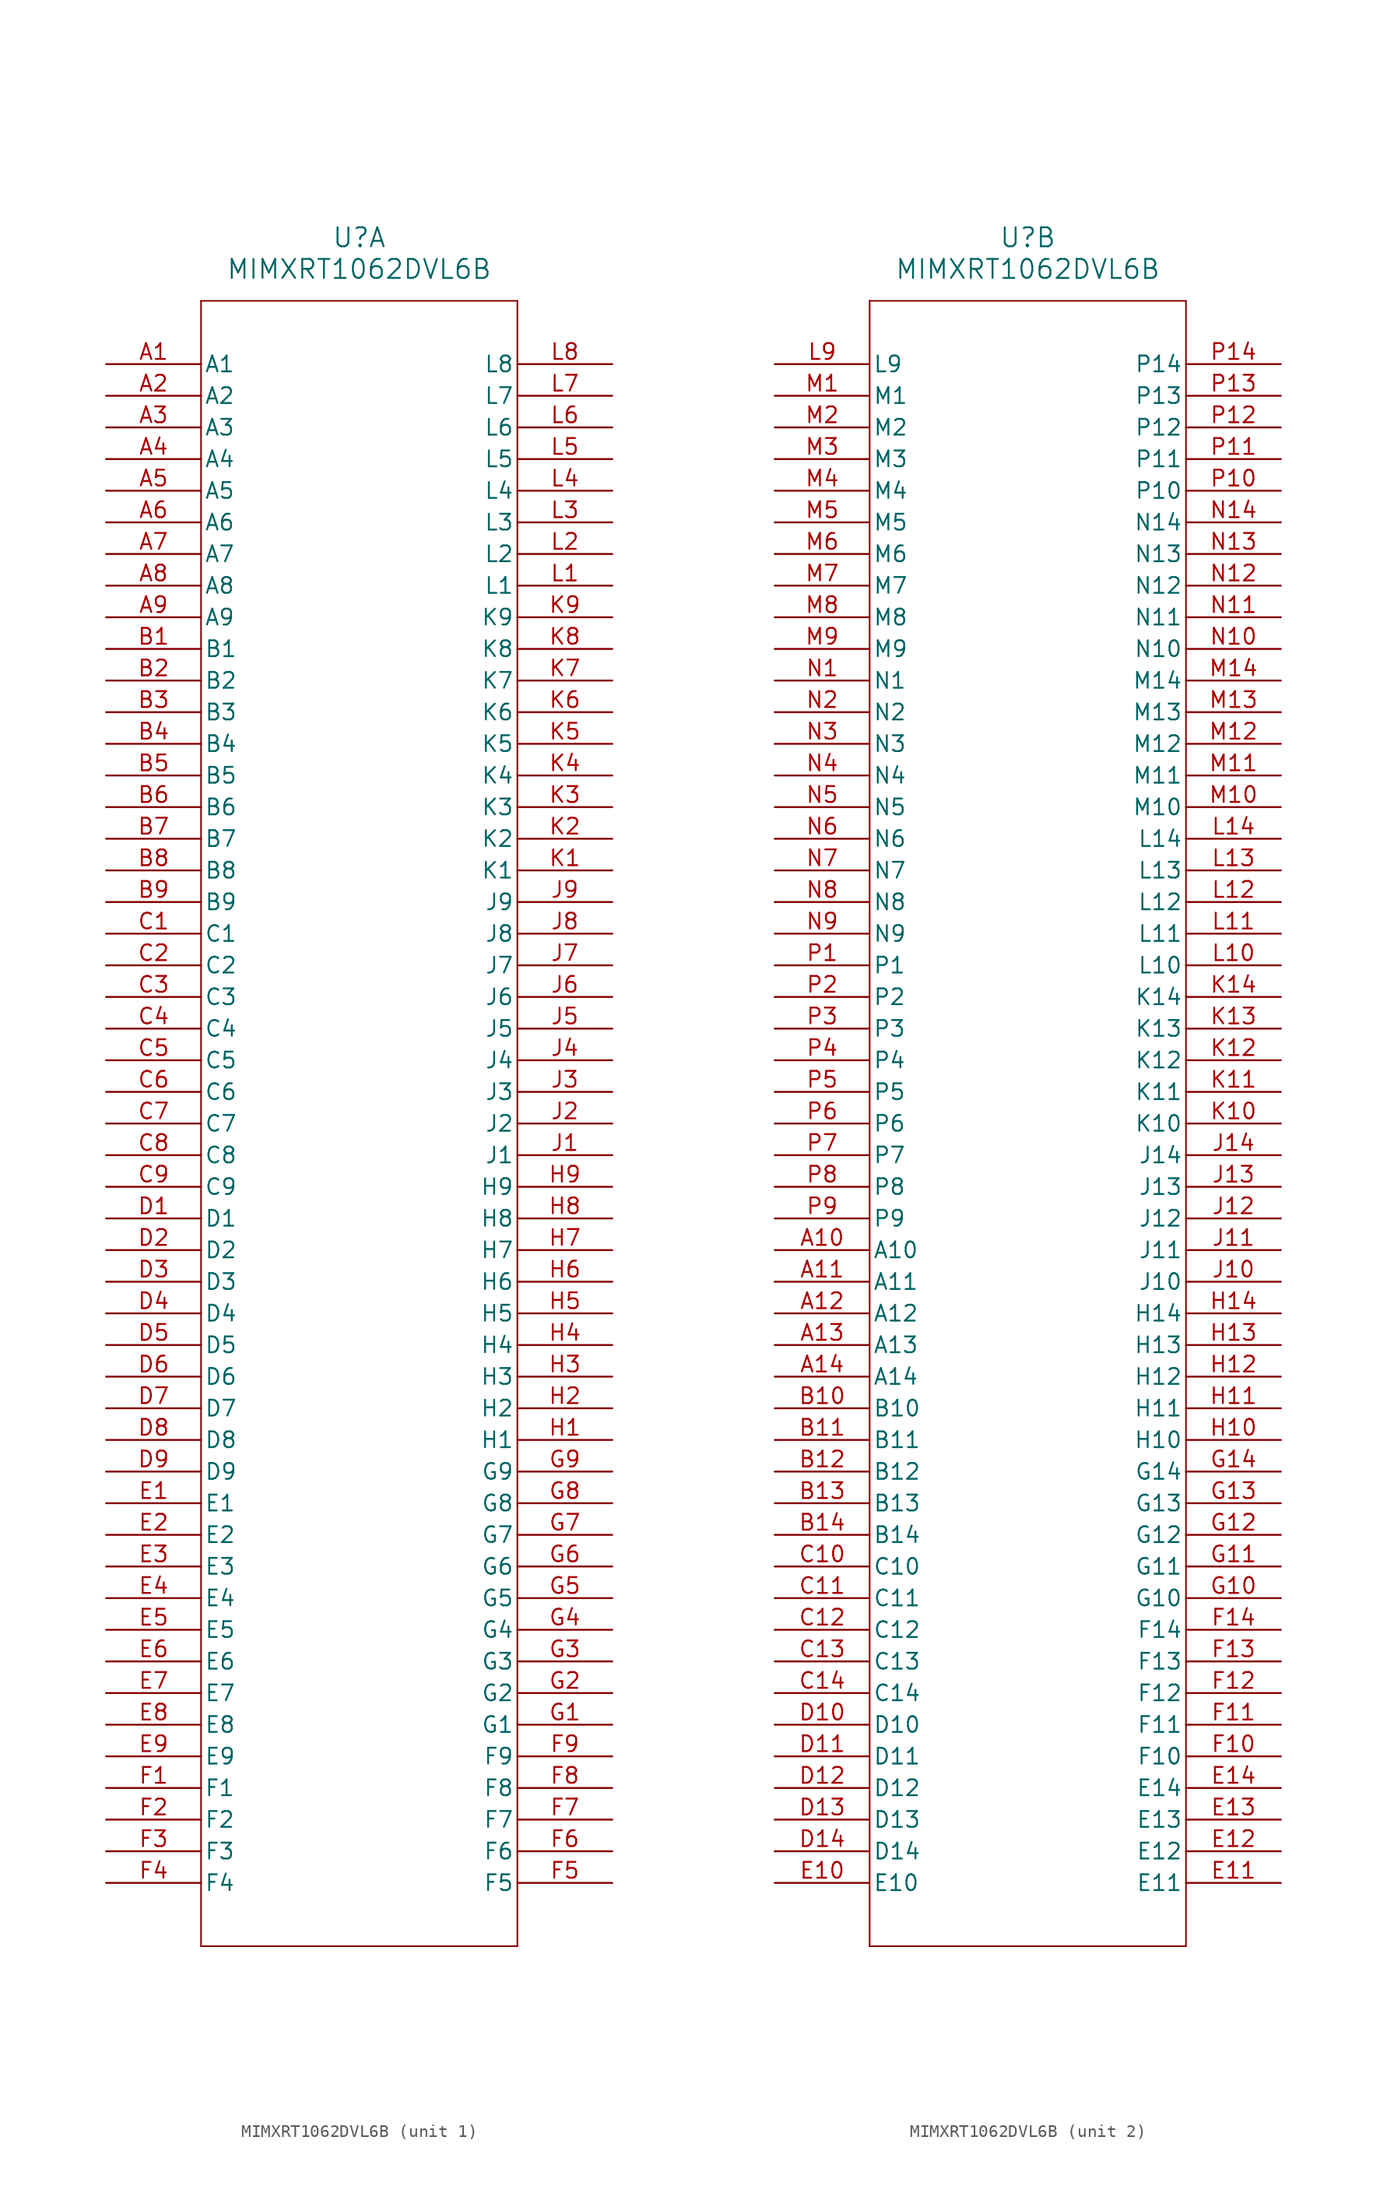
<source format=kicad_sym>
(kicad_symbol_lib
  (version 20211014)
  (generator kicad_symbol_editor)
  (symbol "MIMXRT1062DVL6B"
    (pin_names
      (offset 0.254))
    (property "Reference" "U"
      (at 20.32 10.16 0)
      (effects (font (size 1.524 1.524))))
    (property "Value" "MIMXRT1062DVL6B"
      (at 20.32 7.62 0)
      (effects (font (size 1.524 1.524))))
    (symbol "MIMXRT1062DVL6B_1_1"
      (polyline (pts (xy 7.62 5.08) (xy 7.62 -127)) (stroke (width 0.127) (type default) (color 0 0 0 0)) (fill (type none)))
      (polyline (pts (xy 7.62 -127) (xy 33.02 -127)) (stroke (width 0.127) (type default) (color 0 0 0 0)) (fill (type none)))
      (polyline (pts (xy 33.02 -127) (xy 33.02 5.08)) (stroke (width 0.127) (type default) (color 0 0 0 0)) (fill (type none)))
      (polyline (pts (xy 33.02 5.08) (xy 7.62 5.08)) (stroke (width 0.127) (type default) (color 0 0 0 0)) (fill (type none)))
      (pin unspecified line (at 0 0 0) (length 7.62) (name "A1" (effects (font (size 1.27 1.27)))) (number "A1" (effects (font (size 1.27 1.27)))))
      (pin unspecified line (at 0 -2.54 0) (length 7.62) (name "A2" (effects (font (size 1.27 1.27)))) (number "A2" (effects (font (size 1.27 1.27)))))
      (pin unspecified line (at 0 -5.08 0) (length 7.62) (name "A3" (effects (font (size 1.27 1.27)))) (number "A3" (effects (font (size 1.27 1.27)))))
      (pin unspecified line (at 0 -7.62 0) (length 7.62) (name "A4" (effects (font (size 1.27 1.27)))) (number "A4" (effects (font (size 1.27 1.27)))))
      (pin unspecified line (at 0 -10.16 0) (length 7.62) (name "A5" (effects (font (size 1.27 1.27)))) (number "A5" (effects (font (size 1.27 1.27)))))
      (pin unspecified line (at 0 -12.7 0) (length 7.62) (name "A6" (effects (font (size 1.27 1.27)))) (number "A6" (effects (font (size 1.27 1.27)))))
      (pin unspecified line (at 0 -15.24 0) (length 7.62) (name "A7" (effects (font (size 1.27 1.27)))) (number "A7" (effects (font (size 1.27 1.27)))))
      (pin unspecified line (at 0 -17.78 0) (length 7.62) (name "A8" (effects (font (size 1.27 1.27)))) (number "A8" (effects (font (size 1.27 1.27)))))
      (pin unspecified line (at 0 -20.32 0) (length 7.62) (name "A9" (effects (font (size 1.27 1.27)))) (number "A9" (effects (font (size 1.27 1.27)))))
      (pin unspecified line (at 0 -22.86 0) (length 7.62) (name "B1" (effects (font (size 1.27 1.27)))) (number "B1" (effects (font (size 1.27 1.27)))))
      (pin unspecified line (at 0 -25.4 0) (length 7.62) (name "B2" (effects (font (size 1.27 1.27)))) (number "B2" (effects (font (size 1.27 1.27)))))
      (pin unspecified line (at 0 -27.94 0) (length 7.62) (name "B3" (effects (font (size 1.27 1.27)))) (number "B3" (effects (font (size 1.27 1.27)))))
      (pin unspecified line (at 0 -30.48 0) (length 7.62) (name "B4" (effects (font (size 1.27 1.27)))) (number "B4" (effects (font (size 1.27 1.27)))))
      (pin unspecified line (at 0 -33.02 0) (length 7.62) (name "B5" (effects (font (size 1.27 1.27)))) (number "B5" (effects (font (size 1.27 1.27)))))
      (pin unspecified line (at 0 -35.56 0) (length 7.62) (name "B6" (effects (font (size 1.27 1.27)))) (number "B6" (effects (font (size 1.27 1.27)))))
      (pin unspecified line (at 0 -38.1 0) (length 7.62) (name "B7" (effects (font (size 1.27 1.27)))) (number "B7" (effects (font (size 1.27 1.27)))))
      (pin unspecified line (at 0 -40.64 0) (length 7.62) (name "B8" (effects (font (size 1.27 1.27)))) (number "B8" (effects (font (size 1.27 1.27)))))
      (pin unspecified line (at 0 -43.18 0) (length 7.62) (name "B9" (effects (font (size 1.27 1.27)))) (number "B9" (effects (font (size 1.27 1.27)))))
      (pin unspecified line (at 0 -45.72 0) (length 7.62) (name "C1" (effects (font (size 1.27 1.27)))) (number "C1" (effects (font (size 1.27 1.27)))))
      (pin unspecified line (at 0 -48.26 0) (length 7.62) (name "C2" (effects (font (size 1.27 1.27)))) (number "C2" (effects (font (size 1.27 1.27)))))
      (pin unspecified line (at 0 -50.8 0) (length 7.62) (name "C3" (effects (font (size 1.27 1.27)))) (number "C3" (effects (font (size 1.27 1.27)))))
      (pin unspecified line (at 0 -53.34 0) (length 7.62) (name "C4" (effects (font (size 1.27 1.27)))) (number "C4" (effects (font (size 1.27 1.27)))))
      (pin unspecified line (at 0 -55.88 0) (length 7.62) (name "C5" (effects (font (size 1.27 1.27)))) (number "C5" (effects (font (size 1.27 1.27)))))
      (pin unspecified line (at 0 -58.42 0) (length 7.62) (name "C6" (effects (font (size 1.27 1.27)))) (number "C6" (effects (font (size 1.27 1.27)))))
      (pin unspecified line (at 0 -60.96 0) (length 7.62) (name "C7" (effects (font (size 1.27 1.27)))) (number "C7" (effects (font (size 1.27 1.27)))))
      (pin unspecified line (at 0 -63.5 0) (length 7.62) (name "C8" (effects (font (size 1.27 1.27)))) (number "C8" (effects (font (size 1.27 1.27)))))
      (pin unspecified line (at 0 -66.04 0) (length 7.62) (name "C9" (effects (font (size 1.27 1.27)))) (number "C9" (effects (font (size 1.27 1.27)))))
      (pin unspecified line (at 0 -68.58 0) (length 7.62) (name "D1" (effects (font (size 1.27 1.27)))) (number "D1" (effects (font (size 1.27 1.27)))))
      (pin unspecified line (at 0 -71.12 0) (length 7.62) (name "D2" (effects (font (size 1.27 1.27)))) (number "D2" (effects (font (size 1.27 1.27)))))
      (pin unspecified line (at 0 -73.66 0) (length 7.62) (name "D3" (effects (font (size 1.27 1.27)))) (number "D3" (effects (font (size 1.27 1.27)))))
      (pin unspecified line (at 0 -76.2 0) (length 7.62) (name "D4" (effects (font (size 1.27 1.27)))) (number "D4" (effects (font (size 1.27 1.27)))))
      (pin unspecified line (at 0 -78.74 0) (length 7.62) (name "D5" (effects (font (size 1.27 1.27)))) (number "D5" (effects (font (size 1.27 1.27)))))
      (pin unspecified line (at 0 -81.28 0) (length 7.62) (name "D6" (effects (font (size 1.27 1.27)))) (number "D6" (effects (font (size 1.27 1.27)))))
      (pin unspecified line (at 0 -83.82 0) (length 7.62) (name "D7" (effects (font (size 1.27 1.27)))) (number "D7" (effects (font (size 1.27 1.27)))))
      (pin unspecified line (at 0 -86.36 0) (length 7.62) (name "D8" (effects (font (size 1.27 1.27)))) (number "D8" (effects (font (size 1.27 1.27)))))
      (pin unspecified line (at 0 -88.9 0) (length 7.62) (name "D9" (effects (font (size 1.27 1.27)))) (number "D9" (effects (font (size 1.27 1.27)))))
      (pin unspecified line (at 0 -91.44 0) (length 7.62) (name "E1" (effects (font (size 1.27 1.27)))) (number "E1" (effects (font (size 1.27 1.27)))))
      (pin unspecified line (at 0 -93.98 0) (length 7.62) (name "E2" (effects (font (size 1.27 1.27)))) (number "E2" (effects (font (size 1.27 1.27)))))
      (pin unspecified line (at 0 -96.52 0) (length 7.62) (name "E3" (effects (font (size 1.27 1.27)))) (number "E3" (effects (font (size 1.27 1.27)))))
      (pin unspecified line (at 0 -99.06 0) (length 7.62) (name "E4" (effects (font (size 1.27 1.27)))) (number "E4" (effects (font (size 1.27 1.27)))))
      (pin unspecified line (at 0 -101.6 0) (length 7.62) (name "E5" (effects (font (size 1.27 1.27)))) (number "E5" (effects (font (size 1.27 1.27)))))
      (pin unspecified line (at 0 -104.14 0) (length 7.62) (name "E6" (effects (font (size 1.27 1.27)))) (number "E6" (effects (font (size 1.27 1.27)))))
      (pin unspecified line (at 0 -106.68 0) (length 7.62) (name "E7" (effects (font (size 1.27 1.27)))) (number "E7" (effects (font (size 1.27 1.27)))))
      (pin unspecified line (at 0 -109.22 0) (length 7.62) (name "E8" (effects (font (size 1.27 1.27)))) (number "E8" (effects (font (size 1.27 1.27)))))
      (pin unspecified line (at 0 -111.76 0) (length 7.62) (name "E9" (effects (font (size 1.27 1.27)))) (number "E9" (effects (font (size 1.27 1.27)))))
      (pin unspecified line (at 0 -114.3 0) (length 7.62) (name "F1" (effects (font (size 1.27 1.27)))) (number "F1" (effects (font (size 1.27 1.27)))))
      (pin unspecified line (at 0 -116.84 0) (length 7.62) (name "F2" (effects (font (size 1.27 1.27)))) (number "F2" (effects (font (size 1.27 1.27)))))
      (pin unspecified line (at 0 -119.38 0) (length 7.62) (name "F3" (effects (font (size 1.27 1.27)))) (number "F3" (effects (font (size 1.27 1.27)))))
      (pin unspecified line (at 0 -121.92 0) (length 7.62) (name "F4" (effects (font (size 1.27 1.27)))) (number "F4" (effects (font (size 1.27 1.27)))))
      (pin unspecified line (at 40.64 -121.92 180) (length 7.62) (name "F5" (effects (font (size 1.27 1.27)))) (number "F5" (effects (font (size 1.27 1.27)))))
      (pin unspecified line (at 40.64 -119.38 180) (length 7.62) (name "F6" (effects (font (size 1.27 1.27)))) (number "F6" (effects (font (size 1.27 1.27)))))
      (pin unspecified line (at 40.64 -116.84 180) (length 7.62) (name "F7" (effects (font (size 1.27 1.27)))) (number "F7" (effects (font (size 1.27 1.27)))))
      (pin unspecified line (at 40.64 -114.3 180) (length 7.62) (name "F8" (effects (font (size 1.27 1.27)))) (number "F8" (effects (font (size 1.27 1.27)))))
      (pin unspecified line (at 40.64 -111.76 180) (length 7.62) (name "F9" (effects (font (size 1.27 1.27)))) (number "F9" (effects (font (size 1.27 1.27)))))
      (pin unspecified line (at 40.64 -109.22 180) (length 7.62) (name "G1" (effects (font (size 1.27 1.27)))) (number "G1" (effects (font (size 1.27 1.27)))))
      (pin unspecified line (at 40.64 -106.68 180) (length 7.62) (name "G2" (effects (font (size 1.27 1.27)))) (number "G2" (effects (font (size 1.27 1.27)))))
      (pin unspecified line (at 40.64 -104.14 180) (length 7.62) (name "G3" (effects (font (size 1.27 1.27)))) (number "G3" (effects (font (size 1.27 1.27)))))
      (pin unspecified line (at 40.64 -101.6 180) (length 7.62) (name "G4" (effects (font (size 1.27 1.27)))) (number "G4" (effects (font (size 1.27 1.27)))))
      (pin unspecified line (at 40.64 -99.06 180) (length 7.62) (name "G5" (effects (font (size 1.27 1.27)))) (number "G5" (effects (font (size 1.27 1.27)))))
      (pin unspecified line (at 40.64 -96.52 180) (length 7.62) (name "G6" (effects (font (size 1.27 1.27)))) (number "G6" (effects (font (size 1.27 1.27)))))
      (pin unspecified line (at 40.64 -93.98 180) (length 7.62) (name "G7" (effects (font (size 1.27 1.27)))) (number "G7" (effects (font (size 1.27 1.27)))))
      (pin unspecified line (at 40.64 -91.44 180) (length 7.62) (name "G8" (effects (font (size 1.27 1.27)))) (number "G8" (effects (font (size 1.27 1.27)))))
      (pin unspecified line (at 40.64 -88.9 180) (length 7.62) (name "G9" (effects (font (size 1.27 1.27)))) (number "G9" (effects (font (size 1.27 1.27)))))
      (pin unspecified line (at 40.64 -86.36 180) (length 7.62) (name "H1" (effects (font (size 1.27 1.27)))) (number "H1" (effects (font (size 1.27 1.27)))))
      (pin unspecified line (at 40.64 -83.82 180) (length 7.62) (name "H2" (effects (font (size 1.27 1.27)))) (number "H2" (effects (font (size 1.27 1.27)))))
      (pin unspecified line (at 40.64 -81.28 180) (length 7.62) (name "H3" (effects (font (size 1.27 1.27)))) (number "H3" (effects (font (size 1.27 1.27)))))
      (pin unspecified line (at 40.64 -78.74 180) (length 7.62) (name "H4" (effects (font (size 1.27 1.27)))) (number "H4" (effects (font (size 1.27 1.27)))))
      (pin unspecified line (at 40.64 -76.2 180) (length 7.62) (name "H5" (effects (font (size 1.27 1.27)))) (number "H5" (effects (font (size 1.27 1.27)))))
      (pin unspecified line (at 40.64 -73.66 180) (length 7.62) (name "H6" (effects (font (size 1.27 1.27)))) (number "H6" (effects (font (size 1.27 1.27)))))
      (pin unspecified line (at 40.64 -71.12 180) (length 7.62) (name "H7" (effects (font (size 1.27 1.27)))) (number "H7" (effects (font (size 1.27 1.27)))))
      (pin unspecified line (at 40.64 -68.58 180) (length 7.62) (name "H8" (effects (font (size 1.27 1.27)))) (number "H8" (effects (font (size 1.27 1.27)))))
      (pin unspecified line (at 40.64 -66.04 180) (length 7.62) (name "H9" (effects (font (size 1.27 1.27)))) (number "H9" (effects (font (size 1.27 1.27)))))
      (pin unspecified line (at 40.64 -63.5 180) (length 7.62) (name "J1" (effects (font (size 1.27 1.27)))) (number "J1" (effects (font (size 1.27 1.27)))))
      (pin unspecified line (at 40.64 -60.96 180) (length 7.62) (name "J2" (effects (font (size 1.27 1.27)))) (number "J2" (effects (font (size 1.27 1.27)))))
      (pin unspecified line (at 40.64 -58.42 180) (length 7.62) (name "J3" (effects (font (size 1.27 1.27)))) (number "J3" (effects (font (size 1.27 1.27)))))
      (pin unspecified line (at 40.64 -55.88 180) (length 7.62) (name "J4" (effects (font (size 1.27 1.27)))) (number "J4" (effects (font (size 1.27 1.27)))))
      (pin unspecified line (at 40.64 -53.34 180) (length 7.62) (name "J5" (effects (font (size 1.27 1.27)))) (number "J5" (effects (font (size 1.27 1.27)))))
      (pin unspecified line (at 40.64 -50.8 180) (length 7.62) (name "J6" (effects (font (size 1.27 1.27)))) (number "J6" (effects (font (size 1.27 1.27)))))
      (pin unspecified line (at 40.64 -48.26 180) (length 7.62) (name "J7" (effects (font (size 1.27 1.27)))) (number "J7" (effects (font (size 1.27 1.27)))))
      (pin unspecified line (at 40.64 -45.72 180) (length 7.62) (name "J8" (effects (font (size 1.27 1.27)))) (number "J8" (effects (font (size 1.27 1.27)))))
      (pin unspecified line (at 40.64 -43.18 180) (length 7.62) (name "J9" (effects (font (size 1.27 1.27)))) (number "J9" (effects (font (size 1.27 1.27)))))
      (pin unspecified line (at 40.64 -40.64 180) (length 7.62) (name "K1" (effects (font (size 1.27 1.27)))) (number "K1" (effects (font (size 1.27 1.27)))))
      (pin unspecified line (at 40.64 -38.1 180) (length 7.62) (name "K2" (effects (font (size 1.27 1.27)))) (number "K2" (effects (font (size 1.27 1.27)))))
      (pin unspecified line (at 40.64 -35.56 180) (length 7.62) (name "K3" (effects (font (size 1.27 1.27)))) (number "K3" (effects (font (size 1.27 1.27)))))
      (pin unspecified line (at 40.64 -33.02 180) (length 7.62) (name "K4" (effects (font (size 1.27 1.27)))) (number "K4" (effects (font (size 1.27 1.27)))))
      (pin unspecified line (at 40.64 -30.48 180) (length 7.62) (name "K5" (effects (font (size 1.27 1.27)))) (number "K5" (effects (font (size 1.27 1.27)))))
      (pin unspecified line (at 40.64 -27.94 180) (length 7.62) (name "K6" (effects (font (size 1.27 1.27)))) (number "K6" (effects (font (size 1.27 1.27)))))
      (pin unspecified line (at 40.64 -25.4 180) (length 7.62) (name "K7" (effects (font (size 1.27 1.27)))) (number "K7" (effects (font (size 1.27 1.27)))))
      (pin unspecified line (at 40.64 -22.86 180) (length 7.62) (name "K8" (effects (font (size 1.27 1.27)))) (number "K8" (effects (font (size 1.27 1.27)))))
      (pin unspecified line (at 40.64 -20.32 180) (length 7.62) (name "K9" (effects (font (size 1.27 1.27)))) (number "K9" (effects (font (size 1.27 1.27)))))
      (pin unspecified line (at 40.64 -17.78 180) (length 7.62) (name "L1" (effects (font (size 1.27 1.27)))) (number "L1" (effects (font (size 1.27 1.27)))))
      (pin unspecified line (at 40.64 -15.24 180) (length 7.62) (name "L2" (effects (font (size 1.27 1.27)))) (number "L2" (effects (font (size 1.27 1.27)))))
      (pin unspecified line (at 40.64 -12.7 180) (length 7.62) (name "L3" (effects (font (size 1.27 1.27)))) (number "L3" (effects (font (size 1.27 1.27)))))
      (pin unspecified line (at 40.64 -10.16 180) (length 7.62) (name "L4" (effects (font (size 1.27 1.27)))) (number "L4" (effects (font (size 1.27 1.27)))))
      (pin unspecified line (at 40.64 -7.62 180) (length 7.62) (name "L5" (effects (font (size 1.27 1.27)))) (number "L5" (effects (font (size 1.27 1.27)))))
      (pin unspecified line (at 40.64 -5.08 180) (length 7.62) (name "L6" (effects (font (size 1.27 1.27)))) (number "L6" (effects (font (size 1.27 1.27)))))
      (pin unspecified line (at 40.64 -2.54 180) (length 7.62) (name "L7" (effects (font (size 1.27 1.27)))) (number "L7" (effects (font (size 1.27 1.27)))))
      (pin unspecified line (at 40.64 0 180) (length 7.62) (name "L8" (effects (font (size 1.27 1.27)))) (number "L8" (effects (font (size 1.27 1.27))))))
    (symbol "MIMXRT1062DVL6B_2_1"
      (polyline (pts (xy 7.62 5.08) (xy 7.62 -127)) (stroke (width 0.127) (type default) (color 0 0 0 0)) (fill (type none)))
      (polyline (pts (xy 7.62 -127) (xy 33.02 -127)) (stroke (width 0.127) (type default) (color 0 0 0 0)) (fill (type none)))
      (polyline (pts (xy 33.02 -127) (xy 33.02 5.08)) (stroke (width 0.127) (type default) (color 0 0 0 0)) (fill (type none)))
      (polyline (pts (xy 33.02 5.08) (xy 7.62 5.08)) (stroke (width 0.127) (type default) (color 0 0 0 0)) (fill (type none)))
      (pin unspecified line (at 0 0 0) (length 7.62) (name "L9" (effects (font (size 1.27 1.27)))) (number "L9" (effects (font (size 1.27 1.27)))))
      (pin unspecified line (at 0 -2.54 0) (length 7.62) (name "M1" (effects (font (size 1.27 1.27)))) (number "M1" (effects (font (size 1.27 1.27)))))
      (pin unspecified line (at 0 -5.08 0) (length 7.62) (name "M2" (effects (font (size 1.27 1.27)))) (number "M2" (effects (font (size 1.27 1.27)))))
      (pin unspecified line (at 0 -7.62 0) (length 7.62) (name "M3" (effects (font (size 1.27 1.27)))) (number "M3" (effects (font (size 1.27 1.27)))))
      (pin unspecified line (at 0 -10.16 0) (length 7.62) (name "M4" (effects (font (size 1.27 1.27)))) (number "M4" (effects (font (size 1.27 1.27)))))
      (pin unspecified line (at 0 -12.7 0) (length 7.62) (name "M5" (effects (font (size 1.27 1.27)))) (number "M5" (effects (font (size 1.27 1.27)))))
      (pin unspecified line (at 0 -15.24 0) (length 7.62) (name "M6" (effects (font (size 1.27 1.27)))) (number "M6" (effects (font (size 1.27 1.27)))))
      (pin unspecified line (at 0 -17.78 0) (length 7.62) (name "M7" (effects (font (size 1.27 1.27)))) (number "M7" (effects (font (size 1.27 1.27)))))
      (pin unspecified line (at 0 -20.32 0) (length 7.62) (name "M8" (effects (font (size 1.27 1.27)))) (number "M8" (effects (font (size 1.27 1.27)))))
      (pin unspecified line (at 0 -22.86 0) (length 7.62) (name "M9" (effects (font (size 1.27 1.27)))) (number "M9" (effects (font (size 1.27 1.27)))))
      (pin unspecified line (at 0 -25.4 0) (length 7.62) (name "N1" (effects (font (size 1.27 1.27)))) (number "N1" (effects (font (size 1.27 1.27)))))
      (pin unspecified line (at 0 -27.94 0) (length 7.62) (name "N2" (effects (font (size 1.27 1.27)))) (number "N2" (effects (font (size 1.27 1.27)))))
      (pin unspecified line (at 0 -30.48 0) (length 7.62) (name "N3" (effects (font (size 1.27 1.27)))) (number "N3" (effects (font (size 1.27 1.27)))))
      (pin unspecified line (at 0 -33.02 0) (length 7.62) (name "N4" (effects (font (size 1.27 1.27)))) (number "N4" (effects (font (size 1.27 1.27)))))
      (pin unspecified line (at 0 -35.56 0) (length 7.62) (name "N5" (effects (font (size 1.27 1.27)))) (number "N5" (effects (font (size 1.27 1.27)))))
      (pin unspecified line (at 0 -38.1 0) (length 7.62) (name "N6" (effects (font (size 1.27 1.27)))) (number "N6" (effects (font (size 1.27 1.27)))))
      (pin unspecified line (at 0 -40.64 0) (length 7.62) (name "N7" (effects (font (size 1.27 1.27)))) (number "N7" (effects (font (size 1.27 1.27)))))
      (pin unspecified line (at 0 -43.18 0) (length 7.62) (name "N8" (effects (font (size 1.27 1.27)))) (number "N8" (effects (font (size 1.27 1.27)))))
      (pin unspecified line (at 0 -45.72 0) (length 7.62) (name "N9" (effects (font (size 1.27 1.27)))) (number "N9" (effects (font (size 1.27 1.27)))))
      (pin unspecified line (at 0 -48.26 0) (length 7.62) (name "P1" (effects (font (size 1.27 1.27)))) (number "P1" (effects (font (size 1.27 1.27)))))
      (pin unspecified line (at 0 -50.8 0) (length 7.62) (name "P2" (effects (font (size 1.27 1.27)))) (number "P2" (effects (font (size 1.27 1.27)))))
      (pin unspecified line (at 0 -53.34 0) (length 7.62) (name "P3" (effects (font (size 1.27 1.27)))) (number "P3" (effects (font (size 1.27 1.27)))))
      (pin unspecified line (at 0 -55.88 0) (length 7.62) (name "P4" (effects (font (size 1.27 1.27)))) (number "P4" (effects (font (size 1.27 1.27)))))
      (pin unspecified line (at 0 -58.42 0) (length 7.62) (name "P5" (effects (font (size 1.27 1.27)))) (number "P5" (effects (font (size 1.27 1.27)))))
      (pin unspecified line (at 0 -60.96 0) (length 7.62) (name "P6" (effects (font (size 1.27 1.27)))) (number "P6" (effects (font (size 1.27 1.27)))))
      (pin unspecified line (at 0 -63.5 0) (length 7.62) (name "P7" (effects (font (size 1.27 1.27)))) (number "P7" (effects (font (size 1.27 1.27)))))
      (pin unspecified line (at 0 -66.04 0) (length 7.62) (name "P8" (effects (font (size 1.27 1.27)))) (number "P8" (effects (font (size 1.27 1.27)))))
      (pin unspecified line (at 0 -68.58 0) (length 7.62) (name "P9" (effects (font (size 1.27 1.27)))) (number "P9" (effects (font (size 1.27 1.27)))))
      (pin unspecified line (at 0 -71.12 0) (length 7.62) (name "A10" (effects (font (size 1.27 1.27)))) (number "A10" (effects (font (size 1.27 1.27)))))
      (pin unspecified line (at 0 -73.66 0) (length 7.62) (name "A11" (effects (font (size 1.27 1.27)))) (number "A11" (effects (font (size 1.27 1.27)))))
      (pin unspecified line (at 0 -76.2 0) (length 7.62) (name "A12" (effects (font (size 1.27 1.27)))) (number "A12" (effects (font (size 1.27 1.27)))))
      (pin unspecified line (at 0 -78.74 0) (length 7.62) (name "A13" (effects (font (size 1.27 1.27)))) (number "A13" (effects (font (size 1.27 1.27)))))
      (pin unspecified line (at 0 -81.28 0) (length 7.62) (name "A14" (effects (font (size 1.27 1.27)))) (number "A14" (effects (font (size 1.27 1.27)))))
      (pin unspecified line (at 0 -83.82 0) (length 7.62) (name "B10" (effects (font (size 1.27 1.27)))) (number "B10" (effects (font (size 1.27 1.27)))))
      (pin unspecified line (at 0 -86.36 0) (length 7.62) (name "B11" (effects (font (size 1.27 1.27)))) (number "B11" (effects (font (size 1.27 1.27)))))
      (pin unspecified line (at 0 -88.9 0) (length 7.62) (name "B12" (effects (font (size 1.27 1.27)))) (number "B12" (effects (font (size 1.27 1.27)))))
      (pin unspecified line (at 0 -91.44 0) (length 7.62) (name "B13" (effects (font (size 1.27 1.27)))) (number "B13" (effects (font (size 1.27 1.27)))))
      (pin unspecified line (at 0 -93.98 0) (length 7.62) (name "B14" (effects (font (size 1.27 1.27)))) (number "B14" (effects (font (size 1.27 1.27)))))
      (pin unspecified line (at 0 -96.52 0) (length 7.62) (name "C10" (effects (font (size 1.27 1.27)))) (number "C10" (effects (font (size 1.27 1.27)))))
      (pin unspecified line (at 0 -99.06 0) (length 7.62) (name "C11" (effects (font (size 1.27 1.27)))) (number "C11" (effects (font (size 1.27 1.27)))))
      (pin unspecified line (at 0 -101.6 0) (length 7.62) (name "C12" (effects (font (size 1.27 1.27)))) (number "C12" (effects (font (size 1.27 1.27)))))
      (pin unspecified line (at 0 -104.14 0) (length 7.62) (name "C13" (effects (font (size 1.27 1.27)))) (number "C13" (effects (font (size 1.27 1.27)))))
      (pin unspecified line (at 0 -106.68 0) (length 7.62) (name "C14" (effects (font (size 1.27 1.27)))) (number "C14" (effects (font (size 1.27 1.27)))))
      (pin unspecified line (at 0 -109.22 0) (length 7.62) (name "D10" (effects (font (size 1.27 1.27)))) (number "D10" (effects (font (size 1.27 1.27)))))
      (pin unspecified line (at 0 -111.76 0) (length 7.62) (name "D11" (effects (font (size 1.27 1.27)))) (number "D11" (effects (font (size 1.27 1.27)))))
      (pin unspecified line (at 0 -114.3 0) (length 7.62) (name "D12" (effects (font (size 1.27 1.27)))) (number "D12" (effects (font (size 1.27 1.27)))))
      (pin unspecified line (at 0 -116.84 0) (length 7.62) (name "D13" (effects (font (size 1.27 1.27)))) (number "D13" (effects (font (size 1.27 1.27)))))
      (pin unspecified line (at 0 -119.38 0) (length 7.62) (name "D14" (effects (font (size 1.27 1.27)))) (number "D14" (effects (font (size 1.27 1.27)))))
      (pin unspecified line (at 0 -121.92 0) (length 7.62) (name "E10" (effects (font (size 1.27 1.27)))) (number "E10" (effects (font (size 1.27 1.27)))))
      (pin unspecified line (at 40.64 -121.92 180) (length 7.62) (name "E11" (effects (font (size 1.27 1.27)))) (number "E11" (effects (font (size 1.27 1.27)))))
      (pin unspecified line (at 40.64 -119.38 180) (length 7.62) (name "E12" (effects (font (size 1.27 1.27)))) (number "E12" (effects (font (size 1.27 1.27)))))
      (pin unspecified line (at 40.64 -116.84 180) (length 7.62) (name "E13" (effects (font (size 1.27 1.27)))) (number "E13" (effects (font (size 1.27 1.27)))))
      (pin unspecified line (at 40.64 -114.3 180) (length 7.62) (name "E14" (effects (font (size 1.27 1.27)))) (number "E14" (effects (font (size 1.27 1.27)))))
      (pin unspecified line (at 40.64 -111.76 180) (length 7.62) (name "F10" (effects (font (size 1.27 1.27)))) (number "F10" (effects (font (size 1.27 1.27)))))
      (pin unspecified line (at 40.64 -109.22 180) (length 7.62) (name "F11" (effects (font (size 1.27 1.27)))) (number "F11" (effects (font (size 1.27 1.27)))))
      (pin unspecified line (at 40.64 -106.68 180) (length 7.62) (name "F12" (effects (font (size 1.27 1.27)))) (number "F12" (effects (font (size 1.27 1.27)))))
      (pin unspecified line (at 40.64 -104.14 180) (length 7.62) (name "F13" (effects (font (size 1.27 1.27)))) (number "F13" (effects (font (size 1.27 1.27)))))
      (pin unspecified line (at 40.64 -101.6 180) (length 7.62) (name "F14" (effects (font (size 1.27 1.27)))) (number "F14" (effects (font (size 1.27 1.27)))))
      (pin unspecified line (at 40.64 -99.06 180) (length 7.62) (name "G10" (effects (font (size 1.27 1.27)))) (number "G10" (effects (font (size 1.27 1.27)))))
      (pin unspecified line (at 40.64 -96.52 180) (length 7.62) (name "G11" (effects (font (size 1.27 1.27)))) (number "G11" (effects (font (size 1.27 1.27)))))
      (pin unspecified line (at 40.64 -93.98 180) (length 7.62) (name "G12" (effects (font (size 1.27 1.27)))) (number "G12" (effects (font (size 1.27 1.27)))))
      (pin unspecified line (at 40.64 -91.44 180) (length 7.62) (name "G13" (effects (font (size 1.27 1.27)))) (number "G13" (effects (font (size 1.27 1.27)))))
      (pin unspecified line (at 40.64 -88.9 180) (length 7.62) (name "G14" (effects (font (size 1.27 1.27)))) (number "G14" (effects (font (size 1.27 1.27)))))
      (pin unspecified line (at 40.64 -86.36 180) (length 7.62) (name "H10" (effects (font (size 1.27 1.27)))) (number "H10" (effects (font (size 1.27 1.27)))))
      (pin unspecified line (at 40.64 -83.82 180) (length 7.62) (name "H11" (effects (font (size 1.27 1.27)))) (number "H11" (effects (font (size 1.27 1.27)))))
      (pin unspecified line (at 40.64 -81.28 180) (length 7.62) (name "H12" (effects (font (size 1.27 1.27)))) (number "H12" (effects (font (size 1.27 1.27)))))
      (pin unspecified line (at 40.64 -78.74 180) (length 7.62) (name "H13" (effects (font (size 1.27 1.27)))) (number "H13" (effects (font (size 1.27 1.27)))))
      (pin unspecified line (at 40.64 -76.2 180) (length 7.62) (name "H14" (effects (font (size 1.27 1.27)))) (number "H14" (effects (font (size 1.27 1.27)))))
      (pin unspecified line (at 40.64 -73.66 180) (length 7.62) (name "J10" (effects (font (size 1.27 1.27)))) (number "J10" (effects (font (size 1.27 1.27)))))
      (pin unspecified line (at 40.64 -71.12 180) (length 7.62) (name "J11" (effects (font (size 1.27 1.27)))) (number "J11" (effects (font (size 1.27 1.27)))))
      (pin unspecified line (at 40.64 -68.58 180) (length 7.62) (name "J12" (effects (font (size 1.27 1.27)))) (number "J12" (effects (font (size 1.27 1.27)))))
      (pin unspecified line (at 40.64 -66.04 180) (length 7.62) (name "J13" (effects (font (size 1.27 1.27)))) (number "J13" (effects (font (size 1.27 1.27)))))
      (pin unspecified line (at 40.64 -63.5 180) (length 7.62) (name "J14" (effects (font (size 1.27 1.27)))) (number "J14" (effects (font (size 1.27 1.27)))))
      (pin unspecified line (at 40.64 -60.96 180) (length 7.62) (name "K10" (effects (font (size 1.27 1.27)))) (number "K10" (effects (font (size 1.27 1.27)))))
      (pin unspecified line (at 40.64 -58.42 180) (length 7.62) (name "K11" (effects (font (size 1.27 1.27)))) (number "K11" (effects (font (size 1.27 1.27)))))
      (pin unspecified line (at 40.64 -55.88 180) (length 7.62) (name "K12" (effects (font (size 1.27 1.27)))) (number "K12" (effects (font (size 1.27 1.27)))))
      (pin unspecified line (at 40.64 -53.34 180) (length 7.62) (name "K13" (effects (font (size 1.27 1.27)))) (number "K13" (effects (font (size 1.27 1.27)))))
      (pin unspecified line (at 40.64 -50.8 180) (length 7.62) (name "K14" (effects (font (size 1.27 1.27)))) (number "K14" (effects (font (size 1.27 1.27)))))
      (pin unspecified line (at 40.64 -48.26 180) (length 7.62) (name "L10" (effects (font (size 1.27 1.27)))) (number "L10" (effects (font (size 1.27 1.27)))))
      (pin unspecified line (at 40.64 -45.72 180) (length 7.62) (name "L11" (effects (font (size 1.27 1.27)))) (number "L11" (effects (font (size 1.27 1.27)))))
      (pin unspecified line (at 40.64 -43.18 180) (length 7.62) (name "L12" (effects (font (size 1.27 1.27)))) (number "L12" (effects (font (size 1.27 1.27)))))
      (pin unspecified line (at 40.64 -40.64 180) (length 7.62) (name "L13" (effects (font (size 1.27 1.27)))) (number "L13" (effects (font (size 1.27 1.27)))))
      (pin unspecified line (at 40.64 -38.1 180) (length 7.62) (name "L14" (effects (font (size 1.27 1.27)))) (number "L14" (effects (font (size 1.27 1.27)))))
      (pin unspecified line (at 40.64 -35.56 180) (length 7.62) (name "M10" (effects (font (size 1.27 1.27)))) (number "M10" (effects (font (size 1.27 1.27)))))
      (pin unspecified line (at 40.64 -33.02 180) (length 7.62) (name "M11" (effects (font (size 1.27 1.27)))) (number "M11" (effects (font (size 1.27 1.27)))))
      (pin unspecified line (at 40.64 -30.48 180) (length 7.62) (name "M12" (effects (font (size 1.27 1.27)))) (number "M12" (effects (font (size 1.27 1.27)))))
      (pin unspecified line (at 40.64 -27.94 180) (length 7.62) (name "M13" (effects (font (size 1.27 1.27)))) (number "M13" (effects (font (size 1.27 1.27)))))
      (pin unspecified line (at 40.64 -25.4 180) (length 7.62) (name "M14" (effects (font (size 1.27 1.27)))) (number "M14" (effects (font (size 1.27 1.27)))))
      (pin unspecified line (at 40.64 -22.86 180) (length 7.62) (name "N10" (effects (font (size 1.27 1.27)))) (number "N10" (effects (font (size 1.27 1.27)))))
      (pin unspecified line (at 40.64 -20.32 180) (length 7.62) (name "N11" (effects (font (size 1.27 1.27)))) (number "N11" (effects (font (size 1.27 1.27)))))
      (pin unspecified line (at 40.64 -17.78 180) (length 7.62) (name "N12" (effects (font (size 1.27 1.27)))) (number "N12" (effects (font (size 1.27 1.27)))))
      (pin unspecified line (at 40.64 -15.24 180) (length 7.62) (name "N13" (effects (font (size 1.27 1.27)))) (number "N13" (effects (font (size 1.27 1.27)))))
      (pin unspecified line (at 40.64 -12.7 180) (length 7.62) (name "N14" (effects (font (size 1.27 1.27)))) (number "N14" (effects (font (size 1.27 1.27)))))
      (pin unspecified line (at 40.64 -10.16 180) (length 7.62) (name "P10" (effects (font (size 1.27 1.27)))) (number "P10" (effects (font (size 1.27 1.27)))))
      (pin unspecified line (at 40.64 -7.62 180) (length 7.62) (name "P11" (effects (font (size 1.27 1.27)))) (number "P11" (effects (font (size 1.27 1.27)))))
      (pin unspecified line (at 40.64 -5.08 180) (length 7.62) (name "P12" (effects (font (size 1.27 1.27)))) (number "P12" (effects (font (size 1.27 1.27)))))
      (pin unspecified line (at 40.64 -2.54 180) (length 7.62) (name "P13" (effects (font (size 1.27 1.27)))) (number "P13" (effects (font (size 1.27 1.27)))))
      (pin unspecified line (at 40.64 0 180) (length 7.62) (name "P14" (effects (font (size 1.27 1.27)))) (number "P14" (effects (font (size 1.27 1.27))))))))
</source>
